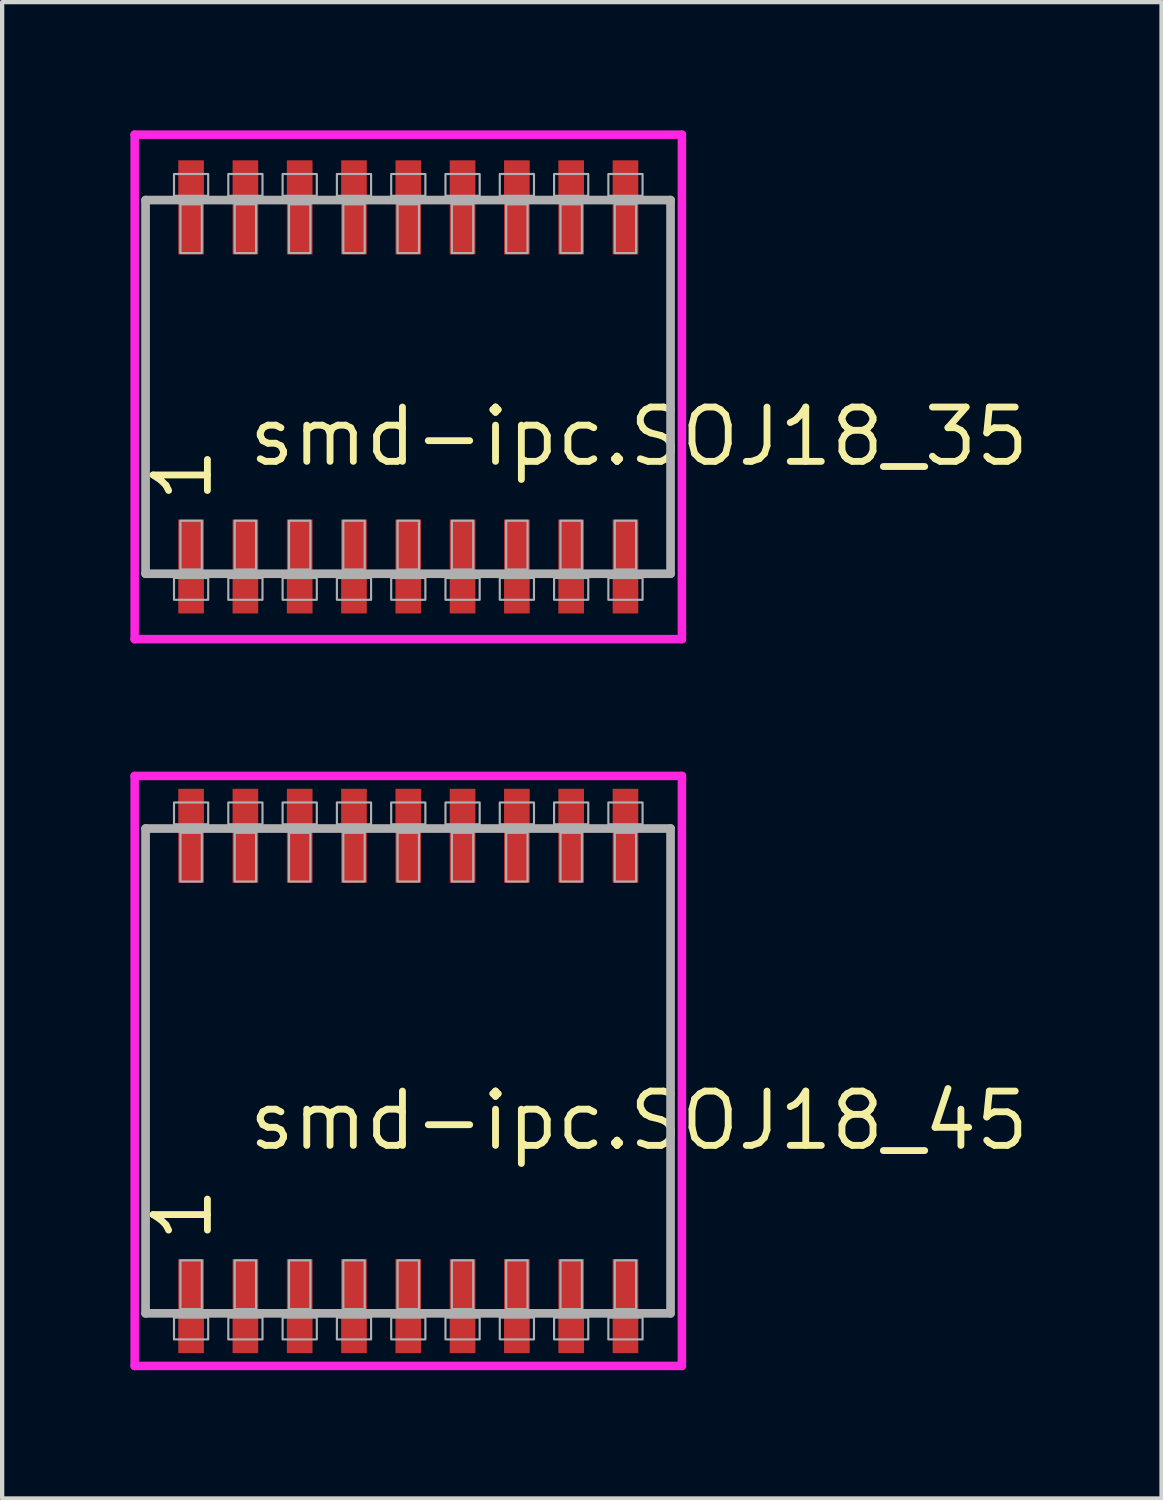
<source format=kicad_pcb>
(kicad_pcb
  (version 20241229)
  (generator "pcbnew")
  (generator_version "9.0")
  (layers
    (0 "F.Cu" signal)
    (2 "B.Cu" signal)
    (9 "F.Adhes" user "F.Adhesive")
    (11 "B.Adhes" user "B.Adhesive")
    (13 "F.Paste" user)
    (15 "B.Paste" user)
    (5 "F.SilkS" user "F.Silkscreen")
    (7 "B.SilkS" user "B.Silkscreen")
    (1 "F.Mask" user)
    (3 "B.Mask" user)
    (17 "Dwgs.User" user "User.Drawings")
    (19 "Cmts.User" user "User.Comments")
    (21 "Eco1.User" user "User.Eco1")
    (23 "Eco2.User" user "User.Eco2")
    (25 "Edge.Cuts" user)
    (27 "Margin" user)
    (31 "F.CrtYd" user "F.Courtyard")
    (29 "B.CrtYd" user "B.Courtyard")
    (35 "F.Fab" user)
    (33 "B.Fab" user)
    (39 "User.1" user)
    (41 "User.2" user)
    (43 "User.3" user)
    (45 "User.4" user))
  (footprint "smd-ipc.SOJ18_45"
    (layer "F.Cu")
    (at 6.5 22)
    (property "Reference" "smd-ipc.SOJ18_45" (at -3.81 1.905 0) (layer "F.SilkS") (effects (font (size 1.27 1.27) (thickness 0.16)) (justify left bottom)))
    (attr smd)
    (fp_line (start -6.4 -6.9) (end 6.4 -6.9) (stroke (width 0.2) (type default)) (layer "F.CrtYd"))
    (fp_line (start -6.4 6.9) (end -6.4 -6.9) (stroke (width 0.2) (type default)) (layer "F.CrtYd"))
    (fp_line (start 6.4 -6.9) (end 6.4 6.9) (stroke (width 0.2) (type default)) (layer "F.CrtYd"))
    (fp_line (start 6.4 6.9) (end -6.4 6.9) (stroke (width 0.2) (type default)) (layer "F.CrtYd"))
    (fp_line (start -6.145 -5.67) (end 6.135 -5.67) (stroke (width 0.203) (type default)) (layer "F.Fab"))
    (fp_line (start -6.145 5.67) (end -6.145 -5.67) (stroke (width 0.203) (type default)) (layer "F.Fab"))
    (fp_line (start 6.135 -5.67) (end 6.135 5.67) (stroke (width 0.203) (type default)) (layer "F.Fab"))
    (fp_line (start 6.135 5.67) (end -6.145 5.67) (stroke (width 0.203) (type default)) (layer "F.Fab"))
    (fp_rect (start -5.48 -5.77) (end -4.68 -6.28) (stroke (width 0.05) (type default)) (fill no) (layer "F.Fab"))
    (fp_rect (start -5.48 6.28) (end -4.68 5.77) (stroke (width 0.05) (type default)) (fill no) (layer "F.Fab"))
    (fp_rect (start -5.33 -4.43) (end -4.83 -5.57) (stroke (width 0.05) (type default)) (fill no) (layer "F.Fab"))
    (fp_rect (start -5.33 5.57) (end -4.83 4.43) (stroke (width 0.05) (type default)) (fill no) (layer "F.Fab"))
    (fp_rect (start -4.21 -5.77) (end -3.41 -6.28) (stroke (width 0.05) (type default)) (fill no) (layer "F.Fab"))
    (fp_rect (start -4.21 6.28) (end -3.41 5.77) (stroke (width 0.05) (type default)) (fill no) (layer "F.Fab"))
    (fp_rect (start -4.06 -4.43) (end -3.56 -5.57) (stroke (width 0.05) (type default)) (fill no) (layer "F.Fab"))
    (fp_rect (start -4.06 5.57) (end -3.56 4.43) (stroke (width 0.05) (type default)) (fill no) (layer "F.Fab"))
    (fp_rect (start -2.94 -5.77) (end -2.14 -6.28) (stroke (width 0.05) (type default)) (fill no) (layer "F.Fab"))
    (fp_rect (start -2.94 6.28) (end -2.14 5.77) (stroke (width 0.05) (type default)) (fill no) (layer "F.Fab"))
    (fp_rect (start -2.79 -4.43) (end -2.29 -5.57) (stroke (width 0.05) (type default)) (fill no) (layer "F.Fab"))
    (fp_rect (start -2.79 5.57) (end -2.29 4.43) (stroke (width 0.05) (type default)) (fill no) (layer "F.Fab"))
    (fp_rect (start -1.67 -5.77) (end -0.87 -6.28) (stroke (width 0.05) (type default)) (fill no) (layer "F.Fab"))
    (fp_rect (start -1.67 6.28) (end -0.87 5.77) (stroke (width 0.05) (type default)) (fill no) (layer "F.Fab"))
    (fp_rect (start -1.52 -4.43) (end -1.02 -5.57) (stroke (width 0.05) (type default)) (fill no) (layer "F.Fab"))
    (fp_rect (start -1.52 5.57) (end -1.02 4.43) (stroke (width 0.05) (type default)) (fill no) (layer "F.Fab"))
    (fp_rect (start -0.4 -5.77) (end 0.4 -6.28) (stroke (width 0.05) (type default)) (fill no) (layer "F.Fab"))
    (fp_rect (start -0.4 6.28) (end 0.4 5.77) (stroke (width 0.05) (type default)) (fill no) (layer "F.Fab"))
    (fp_rect (start -0.25 -4.43) (end 0.25 -5.57) (stroke (width 0.05) (type default)) (fill no) (layer "F.Fab"))
    (fp_rect (start -0.25 5.57) (end 0.25 4.43) (stroke (width 0.05) (type default)) (fill no) (layer "F.Fab"))
    (fp_rect (start 0.87 -5.77) (end 1.67 -6.28) (stroke (width 0.05) (type default)) (fill no) (layer "F.Fab"))
    (fp_rect (start 0.87 6.28) (end 1.67 5.77) (stroke (width 0.05) (type default)) (fill no) (layer "F.Fab"))
    (fp_rect (start 1.02 -4.43) (end 1.52 -5.57) (stroke (width 0.05) (type default)) (fill no) (layer "F.Fab"))
    (fp_rect (start 1.02 5.57) (end 1.52 4.43) (stroke (width 0.05) (type default)) (fill no) (layer "F.Fab"))
    (fp_rect (start 2.14 -5.77) (end 2.94 -6.28) (stroke (width 0.05) (type default)) (fill no) (layer "F.Fab"))
    (fp_rect (start 2.14 6.28) (end 2.94 5.77) (stroke (width 0.05) (type default)) (fill no) (layer "F.Fab"))
    (fp_rect (start 2.29 -4.43) (end 2.79 -5.57) (stroke (width 0.05) (type default)) (fill no) (layer "F.Fab"))
    (fp_rect (start 2.29 5.57) (end 2.79 4.43) (stroke (width 0.05) (type default)) (fill no) (layer "F.Fab"))
    (fp_rect (start 3.41 -5.77) (end 4.21 -6.28) (stroke (width 0.05) (type default)) (fill no) (layer "F.Fab"))
    (fp_rect (start 3.41 6.28) (end 4.21 5.77) (stroke (width 0.05) (type default)) (fill no) (layer "F.Fab"))
    (fp_rect (start 3.56 -4.43) (end 4.06 -5.57) (stroke (width 0.05) (type default)) (fill no) (layer "F.Fab"))
    (fp_rect (start 3.56 5.57) (end 4.06 4.43) (stroke (width 0.05) (type default)) (fill no) (layer "F.Fab"))
    (fp_rect (start 4.68 -5.77) (end 5.48 -6.28) (stroke (width 0.05) (type default)) (fill no) (layer "F.Fab"))
    (fp_rect (start 4.68 6.28) (end 5.48 5.77) (stroke (width 0.05) (type default)) (fill no) (layer "F.Fab"))
    (fp_rect (start 4.83 -4.43) (end 5.33 -5.57) (stroke (width 0.05) (type default)) (fill no) (layer "F.Fab"))
    (fp_rect (start 4.83 5.57) (end 5.33 4.43) (stroke (width 0.05) (type default)) (fill no) (layer "F.Fab"))
    (fp_text user "1" (at -4.535 4.07 90) (layer "F.SilkS") (effects (font (size 1.27 1.27) (thickness 0.16)) (justify left bottom)))
    (pad "1" smd roundrect (at -5.08 5.5) (size 0.6 2.2) (layers "F.Cu" "F.Mask" "F.Paste") (roundrect_rratio 0.01))
    (pad "2" smd roundrect (at -3.81 5.5) (size 0.6 2.2) (layers "F.Cu" "F.Mask" "F.Paste") (roundrect_rratio 0.01))
    (pad "3" smd roundrect (at -2.54 5.5) (size 0.6 2.2) (layers "F.Cu" "F.Mask" "F.Paste") (roundrect_rratio 0.01))
    (pad "4" smd roundrect (at -1.27 5.5) (size 0.6 2.2) (layers "F.Cu" "F.Mask" "F.Paste") (roundrect_rratio 0.01))
    (pad "5" smd roundrect (at 0 5.5) (size 0.6 2.2) (layers "F.Cu" "F.Mask" "F.Paste") (roundrect_rratio 0.01))
    (pad "6" smd roundrect (at 1.27 5.5) (size 0.6 2.2) (layers "F.Cu" "F.Mask" "F.Paste") (roundrect_rratio 0.01))
    (pad "7" smd roundrect (at 2.54 5.5) (size 0.6 2.2) (layers "F.Cu" "F.Mask" "F.Paste") (roundrect_rratio 0.01))
    (pad "8" smd roundrect (at 3.81 5.5) (size 0.6 2.2) (layers "F.Cu" "F.Mask" "F.Paste") (roundrect_rratio 0.01))
    (pad "9" smd roundrect (at 5.08 5.5) (size 0.6 2.2) (layers "F.Cu" "F.Mask" "F.Paste") (roundrect_rratio 0.01))
    (pad "10" smd roundrect (at 5.08 -5.5) (size 0.6 2.2) (layers "F.Cu" "F.Mask" "F.Paste") (roundrect_rratio 0.01))
    (pad "11" smd roundrect (at 3.81 -5.5) (size 0.6 2.2) (layers "F.Cu" "F.Mask" "F.Paste") (roundrect_rratio 0.01))
    (pad "12" smd roundrect (at 2.54 -5.5) (size 0.6 2.2) (layers "F.Cu" "F.Mask" "F.Paste") (roundrect_rratio 0.01))
    (pad "13" smd roundrect (at 1.27 -5.5) (size 0.6 2.2) (layers "F.Cu" "F.Mask" "F.Paste") (roundrect_rratio 0.01))
    (pad "14" smd roundrect (at 0 -5.5) (size 0.6 2.2) (layers "F.Cu" "F.Mask" "F.Paste") (roundrect_rratio 0.01))
    (pad "15" smd roundrect (at -1.27 -5.5) (size 0.6 2.2) (layers "F.Cu" "F.Mask" "F.Paste") (roundrect_rratio 0.01))
    (pad "16" smd roundrect (at -2.54 -5.5) (size 0.6 2.2) (layers "F.Cu" "F.Mask" "F.Paste") (roundrect_rratio 0.01))
    (pad "17" smd roundrect (at -3.81 -5.5) (size 0.6 2.2) (layers "F.Cu" "F.Mask" "F.Paste") (roundrect_rratio 0.01))
    (pad "18" smd roundrect (at -5.08 -5.5) (size 0.6 2.2) (layers "F.Cu" "F.Mask" "F.Paste") (roundrect_rratio 0.01)))
  (footprint "smd-ipc.SOJ18_35"
    (layer "F.Cu")
    (at 6.5 6)
    (property "Reference" "smd-ipc.SOJ18_35" (at -3.81 1.905 0) (layer "F.SilkS") (effects (font (size 1.27 1.27) (thickness 0.16)) (justify left bottom)))
    (attr smd)
    (fp_line (start -6.4 -5.9) (end 6.4 -5.9) (stroke (width 0.2) (type default)) (layer "F.CrtYd"))
    (fp_line (start -6.4 5.9) (end -6.4 -5.9) (stroke (width 0.2) (type default)) (layer "F.CrtYd"))
    (fp_line (start 6.4 -5.9) (end 6.4 5.9) (stroke (width 0.2) (type default)) (layer "F.CrtYd"))
    (fp_line (start 6.4 5.9) (end -6.4 5.9) (stroke (width 0.2) (type default)) (layer "F.CrtYd"))
    (fp_line (start -6.145 -4.37) (end 6.135 -4.37) (stroke (width 0.203) (type default)) (layer "F.Fab"))
    (fp_line (start -6.145 4.37) (end -6.145 -4.37) (stroke (width 0.203) (type default)) (layer "F.Fab"))
    (fp_line (start 6.135 -4.37) (end 6.135 4.37) (stroke (width 0.203) (type default)) (layer "F.Fab"))
    (fp_line (start 6.135 4.37) (end -6.145 4.37) (stroke (width 0.203) (type default)) (layer "F.Fab"))
    (fp_rect (start -5.48 -4.47) (end -4.68 -4.98) (stroke (width 0.05) (type default)) (fill no) (layer "F.Fab"))
    (fp_rect (start -5.48 4.98) (end -4.68 4.47) (stroke (width 0.05) (type default)) (fill no) (layer "F.Fab"))
    (fp_rect (start -5.33 -3.13) (end -4.83 -4.27) (stroke (width 0.05) (type default)) (fill no) (layer "F.Fab"))
    (fp_rect (start -5.33 4.27) (end -4.83 3.13) (stroke (width 0.05) (type default)) (fill no) (layer "F.Fab"))
    (fp_rect (start -4.21 -4.47) (end -3.41 -4.98) (stroke (width 0.05) (type default)) (fill no) (layer "F.Fab"))
    (fp_rect (start -4.21 4.98) (end -3.41 4.47) (stroke (width 0.05) (type default)) (fill no) (layer "F.Fab"))
    (fp_rect (start -4.06 -3.13) (end -3.56 -4.27) (stroke (width 0.05) (type default)) (fill no) (layer "F.Fab"))
    (fp_rect (start -4.06 4.27) (end -3.56 3.13) (stroke (width 0.05) (type default)) (fill no) (layer "F.Fab"))
    (fp_rect (start -2.94 -4.47) (end -2.14 -4.98) (stroke (width 0.05) (type default)) (fill no) (layer "F.Fab"))
    (fp_rect (start -2.94 4.98) (end -2.14 4.47) (stroke (width 0.05) (type default)) (fill no) (layer "F.Fab"))
    (fp_rect (start -2.79 -3.13) (end -2.29 -4.27) (stroke (width 0.05) (type default)) (fill no) (layer "F.Fab"))
    (fp_rect (start -2.79 4.27) (end -2.29 3.13) (stroke (width 0.05) (type default)) (fill no) (layer "F.Fab"))
    (fp_rect (start -1.67 -4.47) (end -0.87 -4.98) (stroke (width 0.05) (type default)) (fill no) (layer "F.Fab"))
    (fp_rect (start -1.67 4.98) (end -0.87 4.47) (stroke (width 0.05) (type default)) (fill no) (layer "F.Fab"))
    (fp_rect (start -1.52 -3.13) (end -1.02 -4.27) (stroke (width 0.05) (type default)) (fill no) (layer "F.Fab"))
    (fp_rect (start -1.52 4.27) (end -1.02 3.13) (stroke (width 0.05) (type default)) (fill no) (layer "F.Fab"))
    (fp_rect (start -0.4 -4.47) (end 0.4 -4.98) (stroke (width 0.05) (type default)) (fill no) (layer "F.Fab"))
    (fp_rect (start -0.4 4.98) (end 0.4 4.47) (stroke (width 0.05) (type default)) (fill no) (layer "F.Fab"))
    (fp_rect (start -0.25 -3.13) (end 0.25 -4.27) (stroke (width 0.05) (type default)) (fill no) (layer "F.Fab"))
    (fp_rect (start -0.25 4.27) (end 0.25 3.13) (stroke (width 0.05) (type default)) (fill no) (layer "F.Fab"))
    (fp_rect (start 0.87 -4.47) (end 1.67 -4.98) (stroke (width 0.05) (type default)) (fill no) (layer "F.Fab"))
    (fp_rect (start 0.87 4.98) (end 1.67 4.47) (stroke (width 0.05) (type default)) (fill no) (layer "F.Fab"))
    (fp_rect (start 1.02 -3.13) (end 1.52 -4.27) (stroke (width 0.05) (type default)) (fill no) (layer "F.Fab"))
    (fp_rect (start 1.02 4.27) (end 1.52 3.13) (stroke (width 0.05) (type default)) (fill no) (layer "F.Fab"))
    (fp_rect (start 2.14 -4.47) (end 2.94 -4.98) (stroke (width 0.05) (type default)) (fill no) (layer "F.Fab"))
    (fp_rect (start 2.14 4.98) (end 2.94 4.47) (stroke (width 0.05) (type default)) (fill no) (layer "F.Fab"))
    (fp_rect (start 2.29 -3.13) (end 2.79 -4.27) (stroke (width 0.05) (type default)) (fill no) (layer "F.Fab"))
    (fp_rect (start 2.29 4.27) (end 2.79 3.13) (stroke (width 0.05) (type default)) (fill no) (layer "F.Fab"))
    (fp_rect (start 3.41 -4.47) (end 4.21 -4.98) (stroke (width 0.05) (type default)) (fill no) (layer "F.Fab"))
    (fp_rect (start 3.41 4.98) (end 4.21 4.47) (stroke (width 0.05) (type default)) (fill no) (layer "F.Fab"))
    (fp_rect (start 3.56 -3.13) (end 4.06 -4.27) (stroke (width 0.05) (type default)) (fill no) (layer "F.Fab"))
    (fp_rect (start 3.56 4.27) (end 4.06 3.13) (stroke (width 0.05) (type default)) (fill no) (layer "F.Fab"))
    (fp_rect (start 4.68 -4.47) (end 5.48 -4.98) (stroke (width 0.05) (type default)) (fill no) (layer "F.Fab"))
    (fp_rect (start 4.68 4.98) (end 5.48 4.47) (stroke (width 0.05) (type default)) (fill no) (layer "F.Fab"))
    (fp_rect (start 4.83 -3.13) (end 5.33 -4.27) (stroke (width 0.05) (type default)) (fill no) (layer "F.Fab"))
    (fp_rect (start 4.83 4.27) (end 5.33 3.13) (stroke (width 0.05) (type default)) (fill no) (layer "F.Fab"))
    (fp_text user "1" (at -4.535 2.77 90) (layer "F.SilkS") (effects (font (size 1.27 1.27) (thickness 0.16)) (justify left bottom)))
    (pad "1" smd roundrect (at -5.08 4.2) (size 0.6 2.2) (layers "F.Cu" "F.Mask" "F.Paste") (roundrect_rratio 0.01))
    (pad "2" smd roundrect (at -3.81 4.2) (size 0.6 2.2) (layers "F.Cu" "F.Mask" "F.Paste") (roundrect_rratio 0.01))
    (pad "3" smd roundrect (at -2.54 4.2) (size 0.6 2.2) (layers "F.Cu" "F.Mask" "F.Paste") (roundrect_rratio 0.01))
    (pad "4" smd roundrect (at -1.27 4.2) (size 0.6 2.2) (layers "F.Cu" "F.Mask" "F.Paste") (roundrect_rratio 0.01))
    (pad "5" smd roundrect (at 0 4.2) (size 0.6 2.2) (layers "F.Cu" "F.Mask" "F.Paste") (roundrect_rratio 0.01))
    (pad "6" smd roundrect (at 1.27 4.2) (size 0.6 2.2) (layers "F.Cu" "F.Mask" "F.Paste") (roundrect_rratio 0.01))
    (pad "7" smd roundrect (at 2.54 4.2) (size 0.6 2.2) (layers "F.Cu" "F.Mask" "F.Paste") (roundrect_rratio 0.01))
    (pad "8" smd roundrect (at 3.81 4.2) (size 0.6 2.2) (layers "F.Cu" "F.Mask" "F.Paste") (roundrect_rratio 0.01))
    (pad "9" smd roundrect (at 5.08 4.2) (size 0.6 2.2) (layers "F.Cu" "F.Mask" "F.Paste") (roundrect_rratio 0.01))
    (pad "10" smd roundrect (at 5.08 -4.2) (size 0.6 2.2) (layers "F.Cu" "F.Mask" "F.Paste") (roundrect_rratio 0.01))
    (pad "11" smd roundrect (at 3.81 -4.2) (size 0.6 2.2) (layers "F.Cu" "F.Mask" "F.Paste") (roundrect_rratio 0.01))
    (pad "12" smd roundrect (at 2.54 -4.2) (size 0.6 2.2) (layers "F.Cu" "F.Mask" "F.Paste") (roundrect_rratio 0.01))
    (pad "13" smd roundrect (at 1.27 -4.2) (size 0.6 2.2) (layers "F.Cu" "F.Mask" "F.Paste") (roundrect_rratio 0.01))
    (pad "14" smd roundrect (at 0 -4.2) (size 0.6 2.2) (layers "F.Cu" "F.Mask" "F.Paste") (roundrect_rratio 0.01))
    (pad "15" smd roundrect (at -1.27 -4.2) (size 0.6 2.2) (layers "F.Cu" "F.Mask" "F.Paste") (roundrect_rratio 0.01))
    (pad "16" smd roundrect (at -2.54 -4.2) (size 0.6 2.2) (layers "F.Cu" "F.Mask" "F.Paste") (roundrect_rratio 0.01))
    (pad "17" smd roundrect (at -3.81 -4.2) (size 0.6 2.2) (layers "F.Cu" "F.Mask" "F.Paste") (roundrect_rratio 0.01))
    (pad "18" smd roundrect (at -5.08 -4.2) (size 0.6 2.2) (layers "F.Cu" "F.Mask" "F.Paste") (roundrect_rratio 0.01)))
  (gr_rect
    (start -3 -3)
    (end 24.119 32)
    (stroke (width 0.1) (type default))
    (fill no)
    (layer "Edge.Cuts")))
</source>
